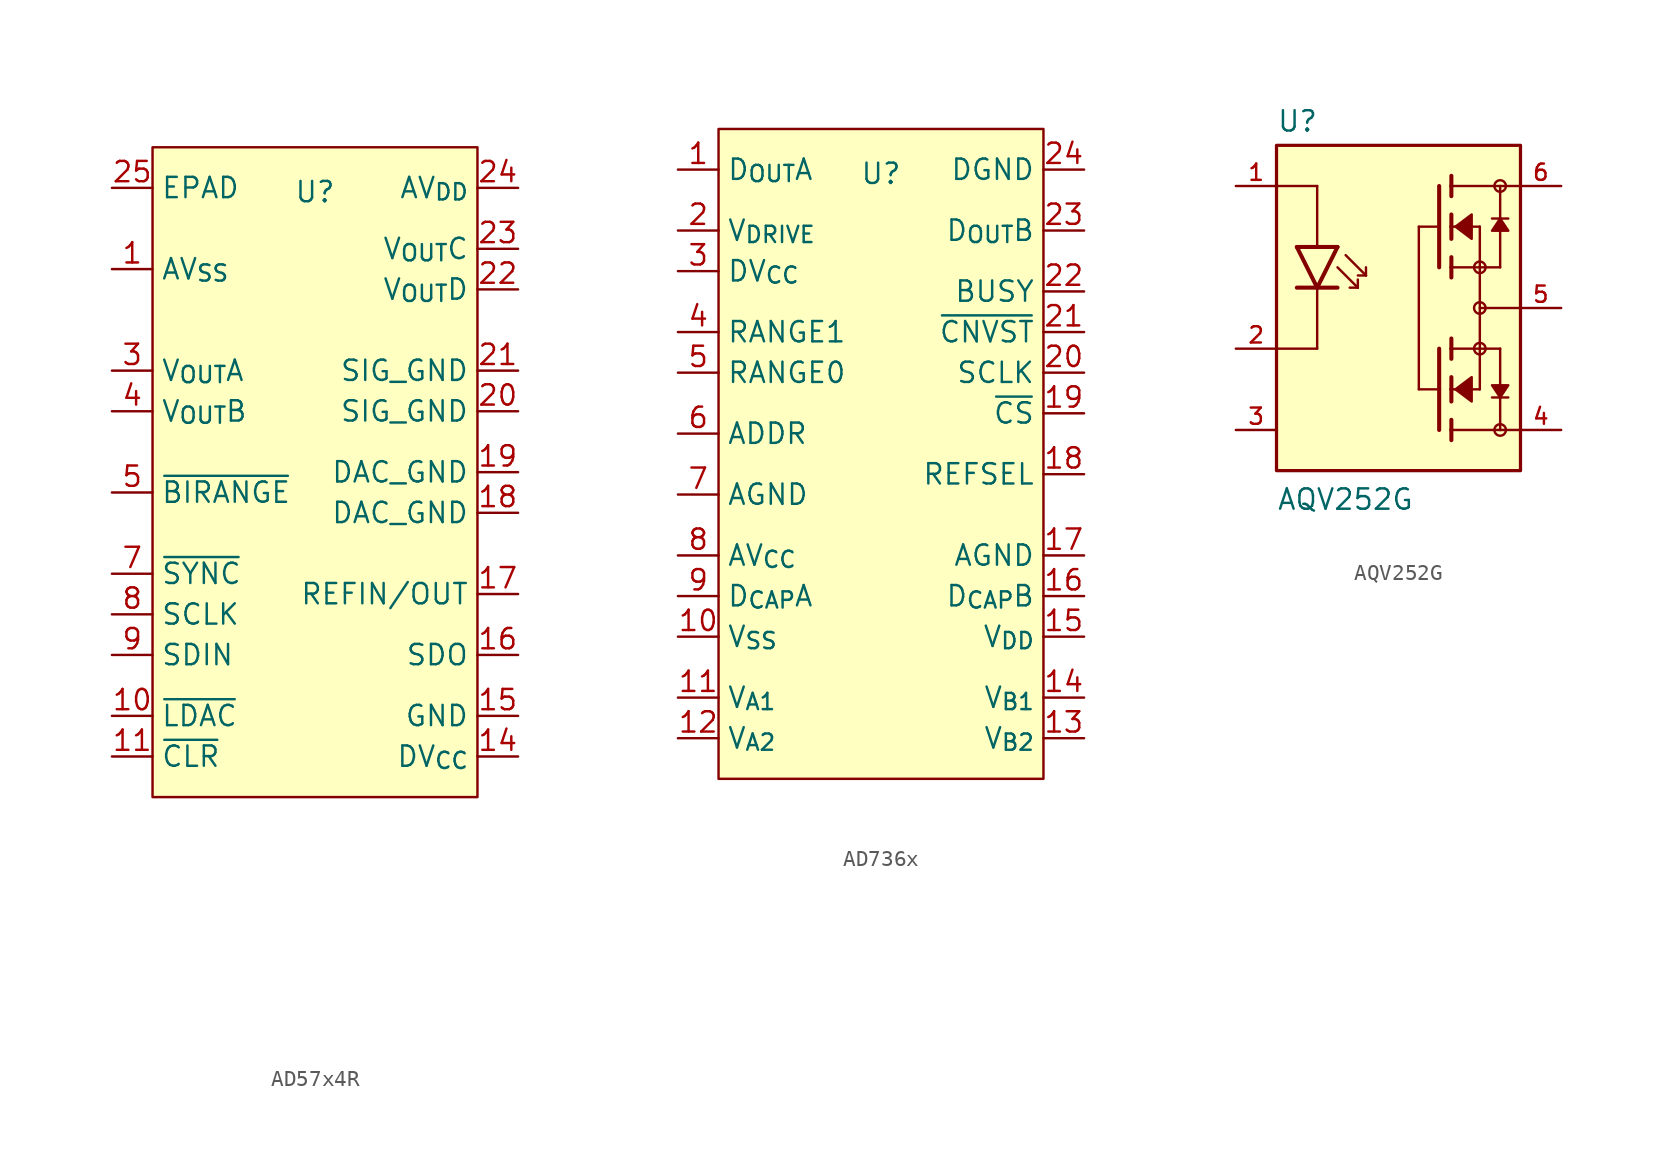
<source format=kicad_sym>
(kicad_symbol_lib
  (version 20231120)
  (generator "kicad_symbol_editor")
  (generator_version "8.0")
  (symbol "AD57x4R"
    (property "Reference" "U"
      (at 0 18.796 0)
      (effects (font (size 1.27 1.27))))
    (property "Value" ""
      (at -2.54 7.62 0)
      (effects (font (size 1.27 1.27))))
    (symbol "AD57x4R_1_1"
      (rectangle (start -10.16 21.59) (end 10.16 -19.05) (stroke (width 0) (type default)) (fill (type background)))
      (pin power_in line (at -12.7 13.97 0) (length 2.54) (name "AV_{SS}" (effects (font (size 1.27 1.27)))) (number "1" (effects (font (size 1.27 1.27)))))
      (pin input line (at -12.7 -13.97 0) (length 2.54) (name "~{LDAC}" (effects (font (size 1.27 1.27)))) (number "10" (effects (font (size 1.27 1.27)))))
      (pin input line (at -12.7 -16.51 0) (length 2.54) (name "~{CLR}" (effects (font (size 1.27 1.27)))) (number "11" (effects (font (size 1.27 1.27)))))
      (pin no_connect line (at -12.7 -27.94 0) (length 2.54) hide (name "NC" (effects (font (size 1.27 1.27)))) (number "12" (effects (font (size 1.27 1.27)))))
      (pin no_connect line (at -12.7 -30.48 0) (length 2.54) hide (name "NC" (effects (font (size 1.27 1.27)))) (number "13" (effects (font (size 1.27 1.27)))))
      (pin power_in line (at 12.7 -16.51 180) (length 2.54) (name "DV_{CC}" (effects (font (size 1.27 1.27)))) (number "14" (effects (font (size 1.27 1.27)))))
      (pin power_in line (at 12.7 -13.97 180) (length 2.54) (name "GND" (effects (font (size 1.27 1.27)))) (number "15" (effects (font (size 1.27 1.27)))))
      (pin output line (at 12.7 -10.16 180) (length 2.54) (name "SDO" (effects (font (size 1.27 1.27)))) (number "16" (effects (font (size 1.27 1.27)))))
      (pin bidirectional line (at 12.7 -6.35 180) (length 2.54) (name "REFIN/OUT" (effects (font (size 1.27 1.27)))) (number "17" (effects (font (size 1.27 1.27)))))
      (pin power_in line (at 12.7 -1.27 180) (length 2.54) (name "DAC_GND" (effects (font (size 1.27 1.27)))) (number "18" (effects (font (size 1.27 1.27)))))
      (pin power_in line (at 12.7 1.27 180) (length 2.54) (name "DAC_GND" (effects (font (size 1.27 1.27)))) (number "19" (effects (font (size 1.27 1.27)))))
      (pin no_connect line (at -12.7 -22.86 0) (length 2.54) hide (name "NC" (effects (font (size 1.27 1.27)))) (number "2" (effects (font (size 1.27 1.27)))))
      (pin power_in line (at 12.7 5.08 180) (length 2.54) (name "SIG_GND" (effects (font (size 1.27 1.27)))) (number "20" (effects (font (size 1.27 1.27)))))
      (pin power_in line (at 12.7 7.62 180) (length 2.54) (name "SIG_GND" (effects (font (size 1.27 1.27)))) (number "21" (effects (font (size 1.27 1.27)))))
      (pin output line (at 12.7 12.7 180) (length 2.54) (name "V_{OUT}D" (effects (font (size 1.27 1.27)))) (number "22" (effects (font (size 1.27 1.27)))))
      (pin output line (at 12.7 15.24 180) (length 2.54) (name "V_{OUT}C" (effects (font (size 1.27 1.27)))) (number "23" (effects (font (size 1.27 1.27)))))
      (pin power_in line (at 12.7 19.05 180) (length 2.54) (name "AV_{DD}" (effects (font (size 1.27 1.27)))) (number "24" (effects (font (size 1.27 1.27)))))
      (pin passive line (at -12.7 19.05 0) (length 2.54) (name "EPAD" (effects (font (size 1.27 1.27)))) (number "25" (effects (font (size 1.27 1.27)))))
      (pin output line (at -12.7 7.62 0) (length 2.54) (name "V_{OUT}A" (effects (font (size 1.27 1.27)))) (number "3" (effects (font (size 1.27 1.27)))))
      (pin output line (at -12.7 5.08 0) (length 2.54) (name "V_{OUT}B" (effects (font (size 1.27 1.27)))) (number "4" (effects (font (size 1.27 1.27)))))
      (pin input line (at -12.7 0 0) (length 2.54) (name "~{BIRANGE}" (effects (font (size 1.27 1.27)))) (number "5" (effects (font (size 1.27 1.27)))))
      (pin no_connect line (at -12.7 -25.4 0) (length 2.54) hide (name "NC" (effects (font (size 1.27 1.27)))) (number "6" (effects (font (size 1.27 1.27)))))
      (pin input line (at -12.7 -5.08 0) (length 2.54) (name "~{SYNC}" (effects (font (size 1.27 1.27)))) (number "7" (effects (font (size 1.27 1.27)))))
      (pin input line (at -12.7 -7.62 0) (length 2.54) (name "SCLK" (effects (font (size 1.27 1.27)))) (number "8" (effects (font (size 1.27 1.27)))))
      (pin input line (at -12.7 -10.16 0) (length 2.54) (name "SDIN" (effects (font (size 1.27 1.27)))) (number "9" (effects (font (size 1.27 1.27)))))))
  (symbol "AD736x"
    (property "Reference" "U"
      (at 0 18.796 0)
      (effects (font (size 1.27 1.27))))
    (property "Value" ""
      (at -2.54 7.62 0)
      (effects (font (size 1.27 1.27))))
    (symbol "AD736x_1_1"
      (rectangle (start -10.16 21.59) (end 10.16 -19.05) (stroke (width 0) (type default)) (fill (type background)))
      (pin output line (at -12.7 19.05 0) (length 2.54) (name "D_{OUT}A" (effects (font (size 1.27 1.27)))) (number "1" (effects (font (size 1.27 1.27)))))
      (pin power_in line (at -12.7 -10.16 0) (length 2.54) (name "V_{SS}" (effects (font (size 1.27 1.27)))) (number "10" (effects (font (size 1.27 1.27)))))
      (pin input line (at -12.7 -13.97 0) (length 2.54) (name "V_{A1}" (effects (font (size 1.27 1.27)))) (number "11" (effects (font (size 1.27 1.27)))))
      (pin input line (at -12.7 -16.51 0) (length 2.54) (name "V_{A2}" (effects (font (size 1.27 1.27)))) (number "12" (effects (font (size 1.27 1.27)))))
      (pin input line (at 12.7 -16.51 180) (length 2.54) (name "V_{B2}" (effects (font (size 1.27 1.27)))) (number "13" (effects (font (size 1.27 1.27)))))
      (pin input line (at 12.7 -13.97 180) (length 2.54) (name "V_{B1}" (effects (font (size 1.27 1.27)))) (number "14" (effects (font (size 1.27 1.27)))))
      (pin power_in line (at 12.7 -10.16 180) (length 2.54) (name "V_{DD}" (effects (font (size 1.27 1.27)))) (number "15" (effects (font (size 1.27 1.27)))))
      (pin passive line (at 12.7 -7.62 180) (length 2.54) (name "D_{CAP}B" (effects (font (size 1.27 1.27)))) (number "16" (effects (font (size 1.27 1.27)))))
      (pin power_in line (at 12.7 -5.08 180) (length 2.54) (name "AGND" (effects (font (size 1.27 1.27)))) (number "17" (effects (font (size 1.27 1.27)))))
      (pin input line (at 12.7 0 180) (length 2.54) (name "REFSEL" (effects (font (size 1.27 1.27)))) (number "18" (effects (font (size 1.27 1.27)))))
      (pin input line (at 12.7 3.81 180) (length 2.54) (name "~{CS}" (effects (font (size 1.27 1.27)))) (number "19" (effects (font (size 1.27 1.27)))))
      (pin power_in line (at -12.7 15.24 0) (length 2.54) (name "V_{DRIVE}" (effects (font (size 1.27 1.27)))) (number "2" (effects (font (size 1.27 1.27)))))
      (pin input line (at 12.7 6.35 180) (length 2.54) (name "SCLK" (effects (font (size 1.27 1.27)))) (number "20" (effects (font (size 1.27 1.27)))))
      (pin input line (at 12.7 8.89 180) (length 2.54) (name "~{CNVST}" (effects (font (size 1.27 1.27)))) (number "21" (effects (font (size 1.27 1.27)))))
      (pin output line (at 12.7 11.43 180) (length 2.54) (name "BUSY" (effects (font (size 1.27 1.27)))) (number "22" (effects (font (size 1.27 1.27)))))
      (pin output line (at 12.7 15.24 180) (length 2.54) (name "D_{OUT}B" (effects (font (size 1.27 1.27)))) (number "23" (effects (font (size 1.27 1.27)))))
      (pin power_in line (at 12.7 19.05 180) (length 2.54) (name "DGND" (effects (font (size 1.27 1.27)))) (number "24" (effects (font (size 1.27 1.27)))))
      (pin power_in line (at -12.7 12.7 0) (length 2.54) (name "DV_{CC}" (effects (font (size 1.27 1.27)))) (number "3" (effects (font (size 1.27 1.27)))))
      (pin input line (at -12.7 8.89 0) (length 2.54) (name "RANGE1" (effects (font (size 1.27 1.27)))) (number "4" (effects (font (size 1.27 1.27)))))
      (pin input line (at -12.7 6.35 0) (length 2.54) (name "RANGE0" (effects (font (size 1.27 1.27)))) (number "5" (effects (font (size 1.27 1.27)))))
      (pin input line (at -12.7 2.54 0) (length 2.54) (name "ADDR" (effects (font (size 1.27 1.27)))) (number "6" (effects (font (size 1.27 1.27)))))
      (pin power_in line (at -12.7 -1.27 0) (length 2.54) (name "AGND" (effects (font (size 1.27 1.27)))) (number "7" (effects (font (size 1.27 1.27)))))
      (pin power_in line (at -12.7 -5.08 0) (length 2.54) (name "AV_{CC}" (effects (font (size 1.27 1.27)))) (number "8" (effects (font (size 1.27 1.27)))))
      (pin passive line (at -12.7 -7.62 0) (length 2.54) (name "D_{CAP}A" (effects (font (size 1.27 1.27)))) (number "9" (effects (font (size 1.27 1.27)))))))
  (symbol "AQV252G"
    (pin_names
      (offset 1.016))
    (property "Reference" "U"
      (at -7.62 10.922 0)
      (effects (font (size 1.27 1.27)) (justify left bottom)))
    (property "Value" "AQV252G"
      (at -7.62 -12.7 0)
      (effects (font (size 1.27 1.27)) (justify left bottom)))
    (symbol "AQV252G_0_0"
      (rectangle (start -7.62 -10.16) (end 7.62 10.16) (stroke (width 0.203) (type default)) (fill (type background)))
      (polyline (pts (xy -6.35 1.27) (xy -5.08 1.27)) (stroke (width 0.254) (type default)) (fill (type none)))
      (polyline (pts (xy -6.35 3.81) (xy -5.08 3.81)) (stroke (width 0.254) (type default)) (fill (type none)))
      (polyline (pts (xy -5.08 -2.54) (xy -7.62 -2.54)) (stroke (width 0.152) (type default)) (fill (type none)))
      (polyline (pts (xy -5.08 1.27) (xy -6.35 3.81)) (stroke (width 0.254) (type default)) (fill (type none)))
      (polyline (pts (xy -5.08 1.27) (xy -5.08 -2.54)) (stroke (width 0.152) (type default)) (fill (type none)))
      (polyline (pts (xy -5.08 1.27) (xy -3.81 1.27)) (stroke (width 0.254) (type default)) (fill (type none)))
      (polyline (pts (xy -5.08 3.81) (xy -5.08 7.62)) (stroke (width 0.152) (type default)) (fill (type none)))
      (polyline (pts (xy -5.08 3.81) (xy -3.81 3.81)) (stroke (width 0.254) (type default)) (fill (type none)))
      (polyline (pts (xy -5.08 7.62) (xy -7.62 7.62)) (stroke (width 0.152) (type default)) (fill (type none)))
      (polyline (pts (xy -3.81 2.54) (xy -2.54 1.27)) (stroke (width 0.152) (type default)) (fill (type none)))
      (polyline (pts (xy -3.81 3.81) (xy -5.08 1.27)) (stroke (width 0.254) (type default)) (fill (type none)))
      (polyline (pts (xy -3.302 3.302) (xy -2.032 2.032)) (stroke (width 0.152) (type default)) (fill (type none)))
      (polyline (pts (xy -2.54 1.27) (xy -3.048 1.27)) (stroke (width 0.152) (type default)) (fill (type none)))
      (polyline (pts (xy -2.54 1.27) (xy -2.54 1.778)) (stroke (width 0.152) (type default)) (fill (type none)))
      (polyline (pts (xy -2.032 2.032) (xy -2.54 2.032)) (stroke (width 0.152) (type default)) (fill (type none)))
      (polyline (pts (xy -2.032 2.032) (xy -2.032 2.54)) (stroke (width 0.152) (type default)) (fill (type none)))
      (polyline (pts (xy 1.27 5.08) (xy 1.27 -5.08)) (stroke (width 0.152) (type default)) (fill (type none)))
      (polyline (pts (xy 2.54 -7.62) (xy 2.54 -5.08)) (stroke (width 0.254) (type default)) (fill (type none)))
      (polyline (pts (xy 2.54 -5.08) (xy 1.27 -5.08)) (stroke (width 0.152) (type default)) (fill (type none)))
      (polyline (pts (xy 2.54 -5.08) (xy 2.54 -2.54)) (stroke (width 0.254) (type default)) (fill (type none)))
      (polyline (pts (xy 2.54 5.08) (xy 1.27 5.08)) (stroke (width 0.152) (type default)) (fill (type none)))
      (polyline (pts (xy 2.54 7.62) (xy 2.54 2.54)) (stroke (width 0.254) (type default)) (fill (type none)))
      (polyline (pts (xy 3.302 -8.255) (xy 3.302 -7.62)) (stroke (width 0.254) (type default)) (fill (type none)))
      (polyline (pts (xy 3.302 -7.62) (xy 3.302 -6.985)) (stroke (width 0.254) (type default)) (fill (type none)))
      (polyline (pts (xy 3.302 -7.62) (xy 6.35 -7.62)) (stroke (width 0.152) (type default)) (fill (type none)))
      (polyline (pts (xy 3.302 -5.842) (xy 3.302 -5.08)) (stroke (width 0.254) (type default)) (fill (type none)))
      (polyline (pts (xy 3.302 -5.08) (xy 3.302 -4.318)) (stroke (width 0.254) (type default)) (fill (type none)))
      (polyline (pts (xy 3.302 -5.08) (xy 5.08 -5.08)) (stroke (width 0.152) (type default)) (fill (type none)))
      (polyline (pts (xy 3.302 -3.175) (xy 3.302 -2.54)) (stroke (width 0.254) (type default)) (fill (type none)))
      (polyline (pts (xy 3.302 -2.54) (xy 3.302 -1.905)) (stroke (width 0.254) (type default)) (fill (type none)))
      (polyline (pts (xy 3.302 2.54) (xy 3.302 1.905)) (stroke (width 0.254) (type default)) (fill (type none)))
      (polyline (pts (xy 3.302 3.175) (xy 3.302 2.54)) (stroke (width 0.254) (type default)) (fill (type none)))
      (polyline (pts (xy 3.302 5.08) (xy 3.302 4.318)) (stroke (width 0.254) (type default)) (fill (type none)))
      (polyline (pts (xy 3.302 5.08) (xy 5.08 5.08)) (stroke (width 0.152) (type default)) (fill (type none)))
      (polyline (pts (xy 3.302 5.842) (xy 3.302 5.08)) (stroke (width 0.254) (type default)) (fill (type none)))
      (polyline (pts (xy 3.302 7.62) (xy 3.302 6.985)) (stroke (width 0.254) (type default)) (fill (type none)))
      (polyline (pts (xy 3.302 7.62) (xy 6.35 7.62)) (stroke (width 0.152) (type default)) (fill (type none)))
      (polyline (pts (xy 3.302 8.255) (xy 3.302 7.62)) (stroke (width 0.254) (type default)) (fill (type none)))
      (polyline (pts (xy 5.08 -5.08) (xy 5.08 -2.54)) (stroke (width 0.152) (type default)) (fill (type none)))
      (polyline (pts (xy 5.08 -2.54) (xy 3.302 -2.54)) (stroke (width 0.152) (type default)) (fill (type none)))
      (polyline (pts (xy 5.08 -2.54) (xy 6.35 -2.54)) (stroke (width 0.152) (type default)) (fill (type none)))
      (polyline (pts (xy 5.08 0) (xy 7.62 0)) (stroke (width 0.152) (type default)) (fill (type none)))
      (polyline (pts (xy 5.08 2.54) (xy 3.302 2.54)) (stroke (width 0.152) (type default)) (fill (type none)))
      (polyline (pts (xy 5.08 2.54) (xy 5.08 -2.54)) (stroke (width 0.152) (type default)) (fill (type none)))
      (polyline (pts (xy 5.08 2.54) (xy 6.35 2.54)) (stroke (width 0.152) (type default)) (fill (type none)))
      (polyline (pts (xy 5.08 5.08) (xy 5.08 2.54)) (stroke (width 0.152) (type default)) (fill (type none)))
      (polyline (pts (xy 6.35 -7.62) (xy 6.35 -5.588)) (stroke (width 0.152) (type default)) (fill (type none)))
      (polyline (pts (xy 6.35 -7.62) (xy 7.62 -7.62)) (stroke (width 0.152) (type default)) (fill (type none)))
      (polyline (pts (xy 6.35 -5.588) (xy 5.842 -5.588)) (stroke (width 0.152) (type default)) (fill (type none)))
      (polyline (pts (xy 6.35 -5.588) (xy 6.35 -2.54)) (stroke (width 0.152) (type default)) (fill (type none)))
      (polyline (pts (xy 6.35 5.588) (xy 5.842 5.588)) (stroke (width 0.152) (type default)) (fill (type none)))
      (polyline (pts (xy 6.35 5.588) (xy 6.35 2.54)) (stroke (width 0.152) (type default)) (fill (type none)))
      (polyline (pts (xy 6.35 7.62) (xy 6.35 5.588)) (stroke (width 0.152) (type default)) (fill (type none)))
      (polyline (pts (xy 6.35 7.62) (xy 7.62 7.62)) (stroke (width 0.152) (type default)) (fill (type none)))
      (polyline (pts (xy 6.858 -5.588) (xy 6.35 -5.588)) (stroke (width 0.152) (type default)) (fill (type none)))
      (polyline (pts (xy 6.858 5.588) (xy 6.35 5.588)) (stroke (width 0.152) (type default)) (fill (type none)))
      (polyline (pts (xy 3.556 -5.08) (xy 4.572 -5.842) (xy 4.572 -4.318) (xy 3.556 -5.08)) (stroke (width 0.152) (type default)) (fill (type outline)))
      (polyline (pts (xy 3.556 5.08) (xy 4.572 5.842) (xy 4.572 4.318) (xy 3.556 5.08)) (stroke (width 0.152) (type default)) (fill (type outline)))
      (polyline (pts (xy 6.35 -5.588) (xy 5.842 -4.826) (xy 6.858 -4.826) (xy 6.35 -5.588)) (stroke (width 0.152) (type default)) (fill (type outline)))
      (polyline (pts (xy 6.35 5.588) (xy 5.842 4.826) (xy 6.858 4.826) (xy 6.35 5.588)) (stroke (width 0.152) (type default)) (fill (type outline)))
      (circle (center 5.08 -2.54) (radius 0.359) (stroke (width 0) (type default)) (fill (type none)))
      (circle (center 5.08 0) (radius 0.359) (stroke (width 0) (type default)) (fill (type none)))
      (circle (center 5.08 2.54) (radius 0.359) (stroke (width 0) (type default)) (fill (type none)))
      (circle (center 6.35 -7.62) (radius 0.359) (stroke (width 0) (type default)) (fill (type none)))
      (circle (center 6.35 7.62) (radius 0.359) (stroke (width 0) (type default)) (fill (type none)))
      (pin passive line (at -10.16 7.62 0) (length 2.54) (name "~" (effects (font (size 1.016 1.016)))) (number "1" (effects (font (size 1.016 1.016)))))
      (pin passive line (at -10.16 -2.54 0) (length 2.54) (name "~" (effects (font (size 1.016 1.016)))) (number "2" (effects (font (size 1.016 1.016)))))
      (pin passive line (at -10.16 -7.62 0) (length 2.54) (name "~" (effects (font (size 1.016 1.016)))) (number "3" (effects (font (size 1.016 1.016)))))
      (pin passive line (at 10.16 -7.62 180) (length 2.54) (name "~" (effects (font (size 1.016 1.016)))) (number "4" (effects (font (size 1.016 1.016)))))
      (pin passive line (at 10.16 0 180) (length 2.54) (name "~" (effects (font (size 1.016 1.016)))) (number "5" (effects (font (size 1.016 1.016)))))
      (pin passive line (at 10.16 7.62 180) (length 2.54) (name "~" (effects (font (size 1.016 1.016)))) (number "6" (effects (font (size 1.016 1.016))))))))
</source>
